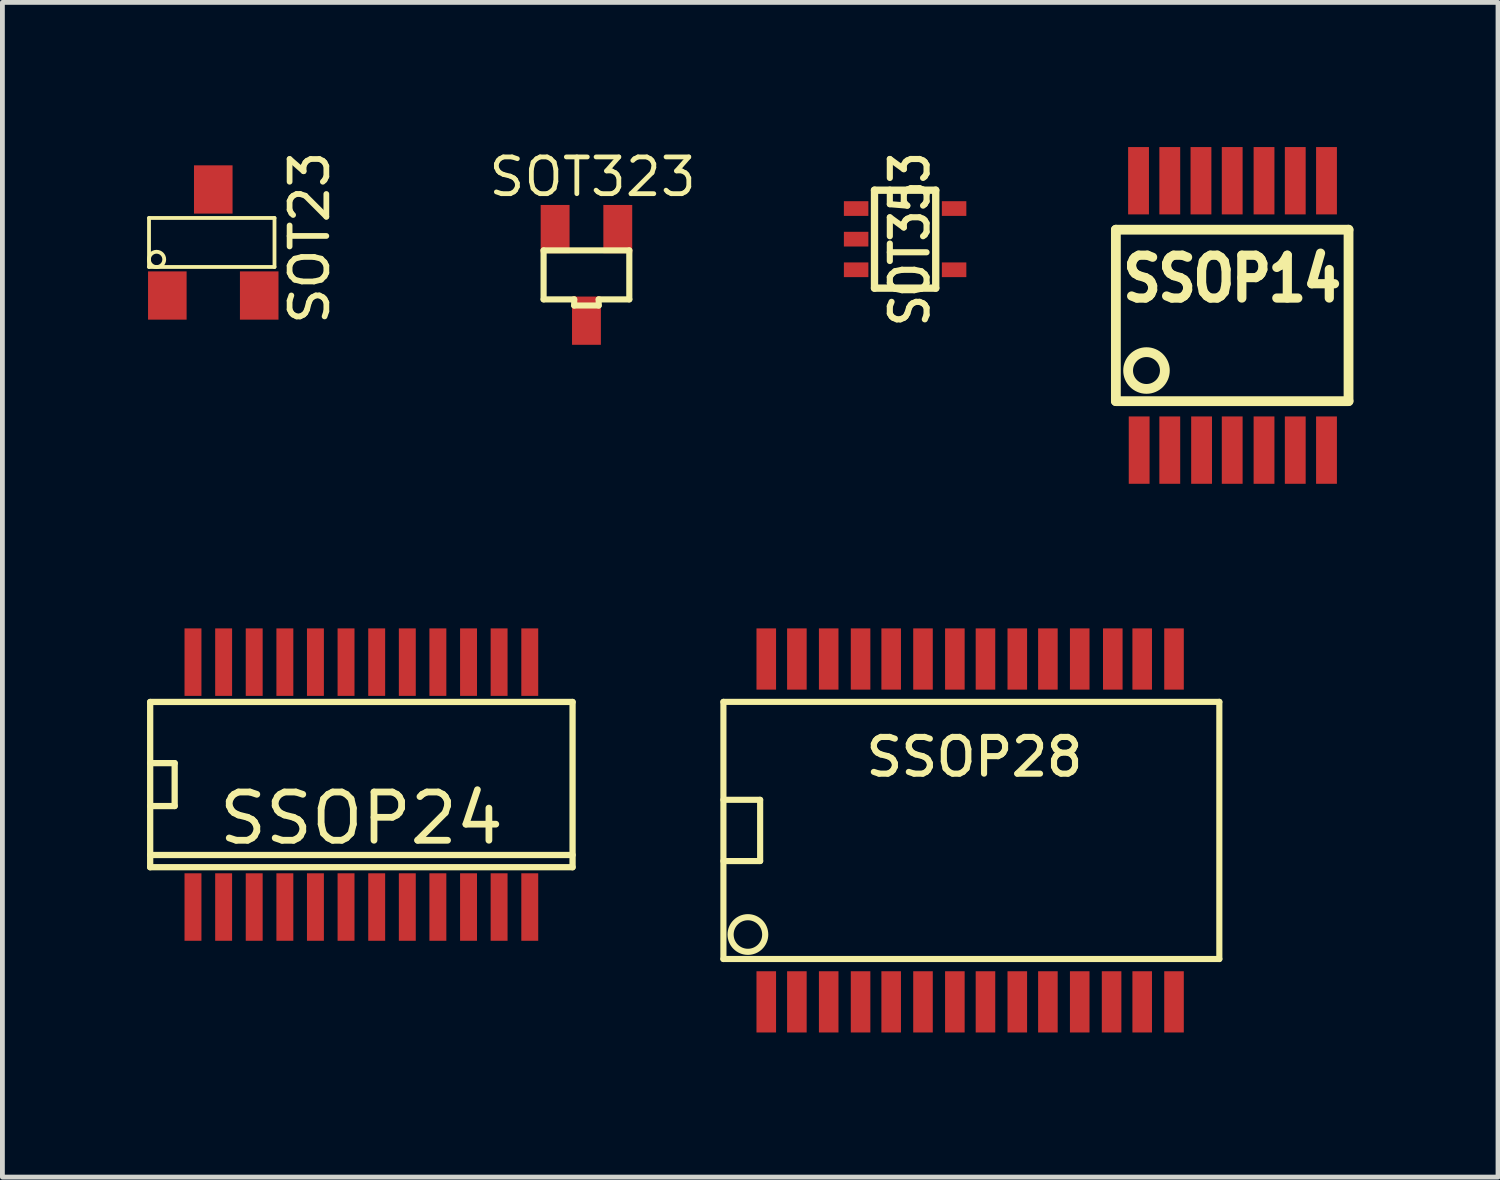
<source format=kicad_pcb>
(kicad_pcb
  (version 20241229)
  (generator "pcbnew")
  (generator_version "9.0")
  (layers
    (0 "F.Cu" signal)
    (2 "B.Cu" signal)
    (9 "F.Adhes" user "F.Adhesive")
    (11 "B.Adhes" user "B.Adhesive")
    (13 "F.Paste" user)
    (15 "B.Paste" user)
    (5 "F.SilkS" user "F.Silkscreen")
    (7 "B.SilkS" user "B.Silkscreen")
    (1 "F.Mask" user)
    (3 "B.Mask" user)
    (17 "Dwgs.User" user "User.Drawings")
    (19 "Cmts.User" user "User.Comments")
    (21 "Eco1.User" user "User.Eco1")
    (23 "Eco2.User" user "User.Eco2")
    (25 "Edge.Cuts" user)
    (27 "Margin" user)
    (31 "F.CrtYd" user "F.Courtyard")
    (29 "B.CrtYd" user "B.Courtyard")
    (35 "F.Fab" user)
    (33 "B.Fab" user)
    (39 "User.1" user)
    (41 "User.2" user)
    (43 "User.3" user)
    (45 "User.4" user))
  (footprint "SSOP24"
    (layer "F.Cu")
    (at 4.446 13.225)
    (property "Reference" "SSOP24" (at 0 0.699 0) (layer "F.SilkS") (effects (font (size 1.001 1.001) (thickness 0.14))))
    (attr smd)
    (fp_line (start -4.381 -1.714) (end 4.381 -1.714) (stroke (width 0.13) (type solid)) (layer "F.SilkS"))
    (fp_line (start -4.381 -0.445) (end -3.873 -0.445) (stroke (width 0.13) (type solid)) (layer "F.SilkS"))
    (fp_line (start -4.381 0.445) (end -3.873 0.445) (stroke (width 0.13) (type solid)) (layer "F.SilkS"))
    (fp_line (start -4.381 1.46) (end 4.381 1.46) (stroke (width 0.13) (type solid)) (layer "F.SilkS"))
    (fp_line (start -4.381 1.714) (end -4.381 -1.714) (stroke (width 0.13) (type solid)) (layer "F.SilkS"))
    (fp_line (start -3.873 -0.445) (end -3.873 0.445) (stroke (width 0.13) (type solid)) (layer "F.SilkS"))
    (fp_line (start 4.381 -1.714) (end 4.381 1.714) (stroke (width 0.13) (type solid)) (layer "F.SilkS"))
    (fp_line (start 4.381 1.714) (end -4.381 1.714) (stroke (width 0.13) (type solid)) (layer "F.SilkS"))
    (pad "1" smd rect (at -3.493 2.54) (size 0.351 1.4) (layers "F.Cu" "F.Mask" "F.Paste"))
    (pad "2" smd rect (at -2.857 2.54) (size 0.351 1.4) (layers "F.Cu" "F.Mask" "F.Paste"))
    (pad "3" smd rect (at -2.223 2.54) (size 0.351 1.4) (layers "F.Cu" "F.Mask" "F.Paste"))
    (pad "4" smd rect (at -1.587 2.54) (size 0.351 1.4) (layers "F.Cu" "F.Mask" "F.Paste"))
    (pad "5" smd rect (at -0.953 2.54) (size 0.351 1.4) (layers "F.Cu" "F.Mask" "F.Paste"))
    (pad "6" smd rect (at -0.318 2.54) (size 0.351 1.4) (layers "F.Cu" "F.Mask" "F.Paste"))
    (pad "7" smd rect (at 0.318 2.54) (size 0.351 1.4) (layers "F.Cu" "F.Mask" "F.Paste"))
    (pad "8" smd rect (at 0.953 2.54) (size 0.351 1.4) (layers "F.Cu" "F.Mask" "F.Paste"))
    (pad "9" smd rect (at 1.587 2.54) (size 0.351 1.4) (layers "F.Cu" "F.Mask" "F.Paste"))
    (pad "10" smd rect (at 2.223 2.54) (size 0.351 1.4) (layers "F.Cu" "F.Mask" "F.Paste"))
    (pad "11" smd rect (at 2.857 2.54) (size 0.351 1.4) (layers "F.Cu" "F.Mask" "F.Paste"))
    (pad "12" smd rect (at 3.493 2.54) (size 0.351 1.4) (layers "F.Cu" "F.Mask" "F.Paste"))
    (pad "13" smd rect (at 3.493 -2.54) (size 0.351 1.4) (layers "F.Cu" "F.Mask" "F.Paste"))
    (pad "14" smd rect (at 2.857 -2.54) (size 0.351 1.4) (layers "F.Cu" "F.Mask" "F.Paste"))
    (pad "15" smd rect (at 2.223 -2.54) (size 0.351 1.4) (layers "F.Cu" "F.Mask" "F.Paste"))
    (pad "16" smd rect (at 1.587 -2.54) (size 0.351 1.4) (layers "F.Cu" "F.Mask" "F.Paste"))
    (pad "17" smd rect (at 0.953 -2.54) (size 0.351 1.4) (layers "F.Cu" "F.Mask" "F.Paste"))
    (pad "18" smd rect (at 0.318 -2.54) (size 0.351 1.4) (layers "F.Cu" "F.Mask" "F.Paste"))
    (pad "19" smd rect (at -0.318 -2.54) (size 0.351 1.4) (layers "F.Cu" "F.Mask" "F.Paste"))
    (pad "20" smd rect (at -0.953 -2.54) (size 0.351 1.4) (layers "F.Cu" "F.Mask" "F.Paste"))
    (pad "21" smd rect (at -1.587 -2.54) (size 0.351 1.4) (layers "F.Cu" "F.Mask" "F.Paste"))
    (pad "22" smd rect (at -2.223 -2.54) (size 0.351 1.4) (layers "F.Cu" "F.Mask" "F.Paste"))
    (pad "23" smd rect (at -2.857 -2.54) (size 0.351 1.4) (layers "F.Cu" "F.Mask" "F.Paste"))
    (pad "24" smd rect (at -3.493 -2.54) (size 0.351 1.4) (layers "F.Cu" "F.Mask" "F.Paste")))
  (footprint "SOT323"
    (layer "F.Cu")
    (at 9.115 2.652)
    (property "Reference" "SOT323" (at 0.127 -2.032 0) (layer "F.SilkS") (effects (font (size 0.762 0.762) (thickness 0.099))))
    (attr smd)
    (fp_line (start -0.889 -0.508) (end -0.889 0.508) (stroke (width 0.127) (type solid)) (layer "F.SilkS"))
    (fp_line (start -0.889 0.508) (end -0.254 0.508) (stroke (width 0.127) (type solid)) (layer "F.SilkS"))
    (fp_line (start -0.254 0.508) (end -0.254 0.635) (stroke (width 0.127) (type solid)) (layer "F.SilkS"))
    (fp_line (start -0.254 0.635) (end 0.254 0.635) (stroke (width 0.127) (type solid)) (layer "F.SilkS"))
    (fp_line (start 0.254 0.508) (end 0.889 0.508) (stroke (width 0.127) (type solid)) (layer "F.SilkS"))
    (fp_line (start 0.254 0.635) (end 0.254 0.508) (stroke (width 0.127) (type solid)) (layer "F.SilkS"))
    (fp_line (start 0.889 -0.508) (end -0.889 -0.508) (stroke (width 0.127) (type solid)) (layer "F.SilkS"))
    (fp_line (start 0.889 0.508) (end 0.889 -0.508) (stroke (width 0.127) (type solid)) (layer "F.SilkS"))
    (pad "1" smd rect (at 0.65 -0.95) (size 0.599 1.001) (layers "F.Cu" "F.Mask" "F.Paste"))
    (pad "2" smd rect (at -0.65 -0.95) (size 0.599 1.001) (layers "F.Cu" "F.Mask" "F.Paste"))
    (pad "3" smd rect (at 0 0.95) (size 0.599 1.001) (layers "F.Cu" "F.Mask" "F.Paste")))
  (footprint "SSOP14"
    (layer "F.Cu")
    (at 22.51 3.493)
    (property "Reference" "SSOP14" (at 0 -0.762 0) (layer "F.SilkS") (effects (font (size 0.889 0.762) (thickness 0.191))))
    (attr smd)
    (fp_line (start -2.413 -1.778) (end 2.413 -1.778) (stroke (width 0.203) (type solid)) (layer "F.SilkS"))
    (fp_line (start -2.413 1.778) (end -2.413 -1.778) (stroke (width 0.203) (type solid)) (layer "F.SilkS"))
    (fp_line (start 2.413 -1.778) (end 2.413 1.778) (stroke (width 0.203) (type solid)) (layer "F.SilkS"))
    (fp_line (start 2.413 1.778) (end -2.413 1.778) (stroke (width 0.203) (type solid)) (layer "F.SilkS"))
    (fp_circle (center -1.778 1.143) (end -2.159 1.143) (stroke (width 0.203) (type solid)) (fill no) (layer "F.SilkS"))
    (pad "1" smd rect (at -1.93 2.794) (size 0.432 1.397) (layers "F.Cu" "F.Mask" "F.Paste"))
    (pad "2" smd rect (at -1.295 2.794) (size 0.432 1.397) (layers "F.Cu" "F.Mask" "F.Paste"))
    (pad "3" smd rect (at -0.635 2.794) (size 0.432 1.397) (layers "F.Cu" "F.Mask" "F.Paste"))
    (pad "4" smd rect (at 0 2.794) (size 0.432 1.397) (layers "F.Cu" "F.Mask" "F.Paste"))
    (pad "5" smd rect (at 0.66 2.794) (size 0.432 1.397) (layers "F.Cu" "F.Mask" "F.Paste"))
    (pad "6" smd rect (at 1.308 2.794) (size 0.432 1.397) (layers "F.Cu" "F.Mask" "F.Paste"))
    (pad "7" smd rect (at 1.956 2.794) (size 0.432 1.397) (layers "F.Cu" "F.Mask" "F.Paste"))
    (pad "8" smd rect (at 1.956 -2.794) (size 0.432 1.397) (layers "F.Cu" "F.Mask" "F.Paste"))
    (pad "9" smd rect (at 1.308 -2.794) (size 0.432 1.397) (layers "F.Cu" "F.Mask" "F.Paste"))
    (pad "10" smd rect (at 0.66 -2.794) (size 0.432 1.397) (layers "F.Cu" "F.Mask" "F.Paste"))
    (pad "11" smd rect (at 0 -2.794) (size 0.432 1.397) (layers "F.Cu" "F.Mask" "F.Paste"))
    (pad "12" smd rect (at -0.648 -2.794) (size 0.432 1.397) (layers "F.Cu" "F.Mask" "F.Paste"))
    (pad "13" smd rect (at -1.295 -2.794) (size 0.432 1.397) (layers "F.Cu" "F.Mask" "F.Paste"))
    (pad "14" smd rect (at -1.943 -2.794) (size 0.432 1.397) (layers "F.Cu" "F.Mask" "F.Paste")))
  (footprint "SOT23"
    (layer "F.Cu")
    (at 1.374 1.98)
    (property "Reference" "SOT23" (at 1.999 -0.099 90) (layer "F.SilkS") (effects (font (size 0.762 0.762) (thickness 0.119))))
    (attr through_hole)
    (fp_line (start -1.333 -0.508) (end -1.333 0.508) (stroke (width 0.079) (type solid)) (layer "F.SilkS"))
    (fp_line (start -1.333 -0.508) (end 1.27 -0.508) (stroke (width 0.079) (type solid)) (layer "F.SilkS"))
    (fp_line (start 1.27 -0.508) (end 1.27 0.508) (stroke (width 0.079) (type solid)) (layer "F.SilkS"))
    (fp_line (start 1.27 0.508) (end -1.333 0.508) (stroke (width 0.079) (type solid)) (layer "F.SilkS"))
    (fp_circle (center -1.176 0.351) (end -1.3 0.45) (stroke (width 0.079) (type solid)) (fill no) (layer "F.SilkS"))
    (pad "1" smd rect (at -0.953 1.1) (size 0.8 1.001) (layers "F.Cu" "F.Mask" "F.Paste"))
    (pad "2" smd rect (at 0.953 1.1) (size 0.8 1.001) (layers "F.Cu" "F.Mask" "F.Paste"))
    (pad "3" smd rect (at 0 -1.1) (size 0.8 1.001) (layers "F.Cu" "F.Mask" "F.Paste")))
  (footprint "SOT353"
    (layer "F.Cu")
    (at 15.725 1.911)
    (property "Reference" "SOT353" (at 0.099 0 90) (layer "F.SilkS") (effects (font (size 0.762 0.635) (thickness 0.127))))
    (attr smd)
    (fp_line (start -0.635 -1.016) (end -0.635 1.016) (stroke (width 0.152) (type solid)) (layer "F.SilkS"))
    (fp_line (start -0.635 1.016) (end 0.635 1.016) (stroke (width 0.152) (type solid)) (layer "F.SilkS"))
    (fp_line (start 0.635 -1.016) (end -0.635 -1.016) (stroke (width 0.152) (type solid)) (layer "F.SilkS"))
    (fp_line (start 0.635 1.016) (end 0.635 -1.016) (stroke (width 0.152) (type solid)) (layer "F.SilkS"))
    (pad "1" smd rect (at -1.016 -0.635) (size 0.508 0.305) (layers "F.Cu" "F.Mask" "F.Paste"))
    (pad "2" smd rect (at -1.016 0) (size 0.508 0.305) (layers "F.Cu" "F.Mask" "F.Paste"))
    (pad "3" smd rect (at -1.016 0.635) (size 0.508 0.305) (layers "F.Cu" "F.Mask" "F.Paste"))
    (pad "4" smd rect (at 1.016 0.635) (size 0.508 0.305) (layers "F.Cu" "F.Mask" "F.Paste"))
    (pad "5" smd rect (at 1.016 -0.635) (size 0.508 0.305) (layers "F.Cu" "F.Mask" "F.Paste")))
  (footprint "SSOP28"
    (layer "F.Cu")
    (at 17.036 14.176)
    (property "Reference" "SSOP28" (at 0.127 -1.524 0) (layer "F.SilkS") (effects (font (size 0.762 0.762) (thickness 0.127))))
    (attr smd)
    (fp_line (start -5.08 -2.667) (end -5.08 2.667) (stroke (width 0.127) (type solid)) (layer "F.SilkS"))
    (fp_line (start -5.08 -2.667) (end 5.207 -2.667) (stroke (width 0.127) (type solid)) (layer "F.SilkS"))
    (fp_line (start -5.08 -0.635) (end -4.318 -0.635) (stroke (width 0.127) (type solid)) (layer "F.SilkS"))
    (fp_line (start -4.318 -0.635) (end -4.318 0.635) (stroke (width 0.127) (type solid)) (layer "F.SilkS"))
    (fp_line (start -4.318 0.635) (end -5.08 0.635) (stroke (width 0.127) (type solid)) (layer "F.SilkS"))
    (fp_line (start 5.207 -2.667) (end 5.207 2.667) (stroke (width 0.127) (type solid)) (layer "F.SilkS"))
    (fp_line (start 5.207 2.667) (end -5.08 2.667) (stroke (width 0.127) (type solid)) (layer "F.SilkS"))
    (fp_circle (center -4.572 2.159) (end -4.826 1.905) (stroke (width 0.127) (type solid)) (fill no) (layer "F.SilkS"))
    (pad "1" smd rect (at -4.191 3.556) (size 0.406 1.27) (layers "F.Cu" "F.Mask" "F.Paste"))
    (pad "2" smd rect (at -3.556 3.556) (size 0.406 1.27) (layers "F.Cu" "F.Mask" "F.Paste"))
    (pad "3" smd rect (at -2.896 3.556) (size 0.406 1.27) (layers "F.Cu" "F.Mask" "F.Paste"))
    (pad "4" smd rect (at -2.235 3.556) (size 0.406 1.27) (layers "F.Cu" "F.Mask" "F.Paste"))
    (pad "5" smd rect (at -1.6 3.556) (size 0.406 1.27) (layers "F.Cu" "F.Mask" "F.Paste"))
    (pad "6" smd rect (at -0.94 3.556) (size 0.406 1.27) (layers "F.Cu" "F.Mask" "F.Paste"))
    (pad "7" smd rect (at -0.279 3.556) (size 0.406 1.27) (layers "F.Cu" "F.Mask" "F.Paste"))
    (pad "8" smd rect (at 0.356 3.556) (size 0.406 1.27) (layers "F.Cu" "F.Mask" "F.Paste"))
    (pad "9" smd rect (at 1.016 3.556) (size 0.406 1.27) (layers "F.Cu" "F.Mask" "F.Paste"))
    (pad "10" smd rect (at 1.651 3.556) (size 0.406 1.27) (layers "F.Cu" "F.Mask" "F.Paste"))
    (pad "11" smd rect (at 2.311 3.556) (size 0.406 1.27) (layers "F.Cu" "F.Mask" "F.Paste"))
    (pad "12" smd rect (at 2.972 3.556) (size 0.406 1.27) (layers "F.Cu" "F.Mask" "F.Paste"))
    (pad "13" smd rect (at 3.607 3.556) (size 0.406 1.27) (layers "F.Cu" "F.Mask" "F.Paste"))
    (pad "14" smd rect (at 4.267 3.556) (size 0.406 1.27) (layers "F.Cu" "F.Mask" "F.Paste"))
    (pad "15" smd rect (at 4.267 -3.556) (size 0.406 1.27) (layers "F.Cu" "F.Mask" "F.Paste"))
    (pad "16" smd rect (at 3.607 -3.556) (size 0.406 1.27) (layers "F.Cu" "F.Mask" "F.Paste"))
    (pad "17" smd rect (at 2.997 -3.556) (size 0.406 1.27) (layers "F.Cu" "F.Mask" "F.Paste"))
    (pad "18" smd rect (at 2.311 -3.556) (size 0.406 1.27) (layers "F.Cu" "F.Mask" "F.Paste"))
    (pad "19" smd rect (at 1.651 -3.556) (size 0.406 1.27) (layers "F.Cu" "F.Mask" "F.Paste"))
    (pad "20" smd rect (at 1.016 -3.556) (size 0.406 1.27) (layers "F.Cu" "F.Mask" "F.Paste"))
    (pad "21" smd rect (at 0.356 -3.556) (size 0.406 1.27) (layers "F.Cu" "F.Mask" "F.Paste"))
    (pad "22" smd rect (at -0.279 -3.556) (size 0.406 1.27) (layers "F.Cu" "F.Mask" "F.Paste"))
    (pad "23" smd rect (at -0.94 -3.556) (size 0.406 1.27) (layers "F.Cu" "F.Mask" "F.Paste"))
    (pad "24" smd rect (at -1.6 -3.556) (size 0.406 1.27) (layers "F.Cu" "F.Mask" "F.Paste"))
    (pad "25" smd rect (at -2.235 -3.556) (size 0.406 1.27) (layers "F.Cu" "F.Mask" "F.Paste"))
    (pad "26" smd rect (at -2.896 -3.556) (size 0.406 1.27) (layers "F.Cu" "F.Mask" "F.Paste"))
    (pad "27" smd rect (at -3.556 -3.556) (size 0.406 1.27) (layers "F.Cu" "F.Mask" "F.Paste"))
    (pad "28" smd rect (at -4.191 -3.556) (size 0.406 1.27) (layers "F.Cu" "F.Mask" "F.Paste")))
  (gr_rect
    (start -3 -3)
    (end 28.024 21.367)
    (stroke (width 0.1) (type default))
    (fill no)
    (layer "Edge.Cuts")))
</source>
